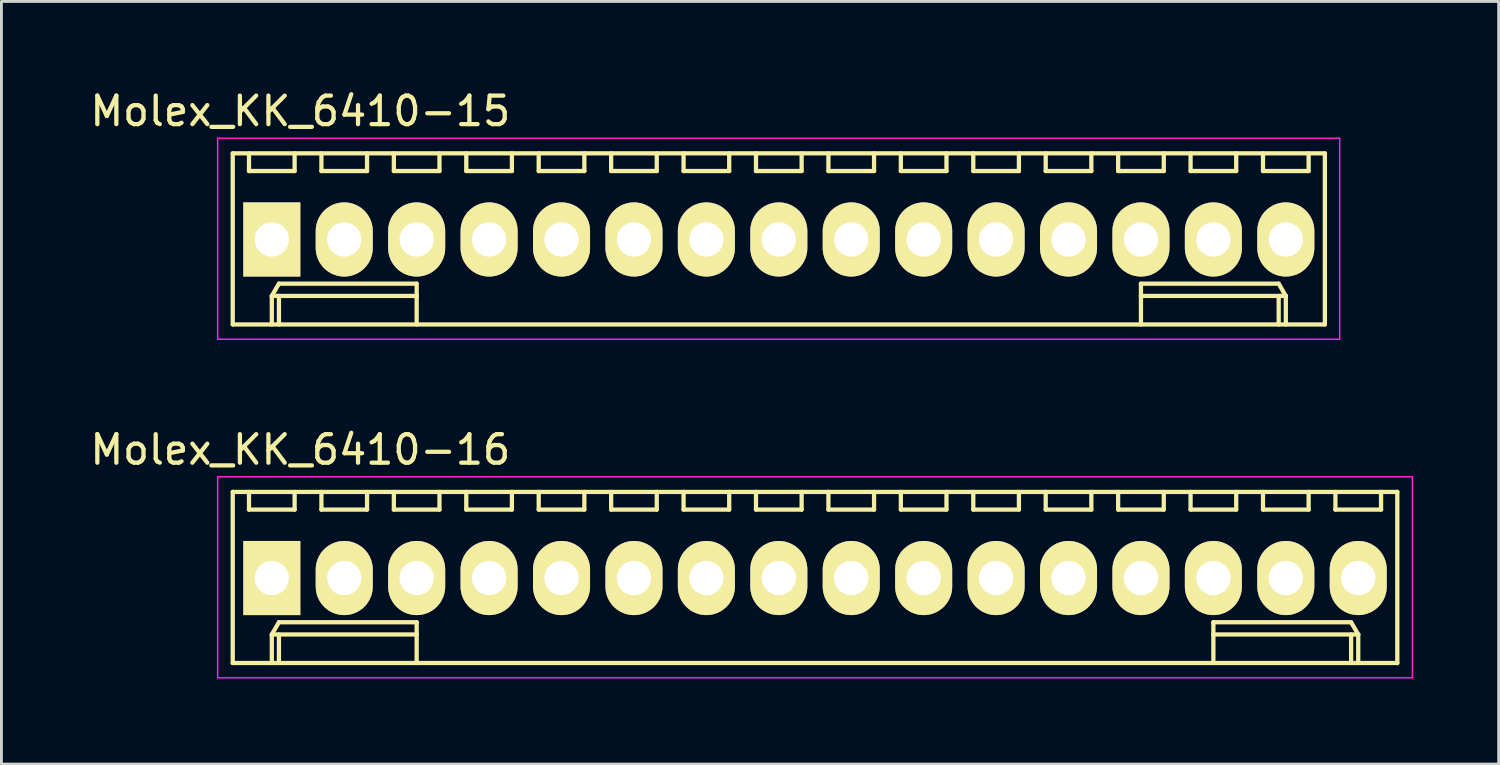
<source format=kicad_pcb>
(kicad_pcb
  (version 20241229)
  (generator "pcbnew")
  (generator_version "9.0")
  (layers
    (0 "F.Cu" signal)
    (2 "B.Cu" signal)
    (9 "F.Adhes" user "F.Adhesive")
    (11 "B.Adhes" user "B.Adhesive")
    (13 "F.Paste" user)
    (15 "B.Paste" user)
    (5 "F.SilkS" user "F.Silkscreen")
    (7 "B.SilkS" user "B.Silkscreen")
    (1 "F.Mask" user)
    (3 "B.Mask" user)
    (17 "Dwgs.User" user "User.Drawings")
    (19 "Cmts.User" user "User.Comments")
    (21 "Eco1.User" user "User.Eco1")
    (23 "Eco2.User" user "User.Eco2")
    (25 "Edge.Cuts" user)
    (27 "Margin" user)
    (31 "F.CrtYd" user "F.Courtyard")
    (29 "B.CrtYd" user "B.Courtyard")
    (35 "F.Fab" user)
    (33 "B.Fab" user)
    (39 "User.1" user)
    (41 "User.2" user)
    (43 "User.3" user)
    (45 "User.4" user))
  (footprint "Molex_KK_6410-15"
    (layer "F.Cu")
    (at 6.482 5.348)
    (property "Reference" "Molex_KK_6410-15" (at 1 -4.5 0) (layer "F.SilkS") (effects (font (size 1 1) (thickness 0.15))))
    (attr through_hole)
    (fp_line (start -1.37 -3.02) (end -1.37 2.98) (stroke (width 0.15) (type solid)) (layer "F.SilkS"))
    (fp_line (start -1.37 2.98) (end 36.93 2.98) (stroke (width 0.15) (type solid)) (layer "F.SilkS"))
    (fp_line (start -0.8 -3.02) (end -0.8 -2.4) (stroke (width 0.15) (type solid)) (layer "F.SilkS"))
    (fp_line (start -0.8 -2.4) (end 0.8 -2.4) (stroke (width 0.15) (type solid)) (layer "F.SilkS"))
    (fp_line (start 0 1.98) (end 0.25 1.55) (stroke (width 0.15) (type solid)) (layer "F.SilkS"))
    (fp_line (start 0 1.98) (end 5.08 1.98) (stroke (width 0.15) (type solid)) (layer "F.SilkS"))
    (fp_line (start 0 2.98) (end 0 1.98) (stroke (width 0.15) (type solid)) (layer "F.SilkS"))
    (fp_line (start 0.25 1.55) (end 5.08 1.55) (stroke (width 0.15) (type solid)) (layer "F.SilkS"))
    (fp_line (start 0.25 2.98) (end 0.25 1.98) (stroke (width 0.15) (type solid)) (layer "F.SilkS"))
    (fp_line (start 0.8 -2.4) (end 0.8 -3.02) (stroke (width 0.15) (type solid)) (layer "F.SilkS"))
    (fp_line (start 1.74 -3.02) (end 1.74 -2.4) (stroke (width 0.15) (type solid)) (layer "F.SilkS"))
    (fp_line (start 1.74 -2.4) (end 3.34 -2.4) (stroke (width 0.15) (type solid)) (layer "F.SilkS"))
    (fp_line (start 3.34 -2.4) (end 3.34 -3.02) (stroke (width 0.15) (type solid)) (layer "F.SilkS"))
    (fp_line (start 4.28 -3.02) (end 4.28 -2.4) (stroke (width 0.15) (type solid)) (layer "F.SilkS"))
    (fp_line (start 4.28 -2.4) (end 5.88 -2.4) (stroke (width 0.15) (type solid)) (layer "F.SilkS"))
    (fp_line (start 5.08 1.55) (end 5.08 1.98) (stroke (width 0.15) (type solid)) (layer "F.SilkS"))
    (fp_line (start 5.08 1.98) (end 5.08 2.98) (stroke (width 0.15) (type solid)) (layer "F.SilkS"))
    (fp_line (start 5.88 -2.4) (end 5.88 -3.02) (stroke (width 0.15) (type solid)) (layer "F.SilkS"))
    (fp_line (start 6.82 -3.02) (end 6.82 -2.4) (stroke (width 0.15) (type solid)) (layer "F.SilkS"))
    (fp_line (start 6.82 -2.4) (end 8.42 -2.4) (stroke (width 0.15) (type solid)) (layer "F.SilkS"))
    (fp_line (start 8.42 -2.4) (end 8.42 -3.02) (stroke (width 0.15) (type solid)) (layer "F.SilkS"))
    (fp_line (start 9.36 -3.02) (end 9.36 -2.4) (stroke (width 0.15) (type solid)) (layer "F.SilkS"))
    (fp_line (start 9.36 -2.4) (end 10.96 -2.4) (stroke (width 0.15) (type solid)) (layer "F.SilkS"))
    (fp_line (start 10.96 -2.4) (end 10.96 -3.02) (stroke (width 0.15) (type solid)) (layer "F.SilkS"))
    (fp_line (start 11.9 -3.02) (end 11.9 -2.4) (stroke (width 0.15) (type solid)) (layer "F.SilkS"))
    (fp_line (start 11.9 -2.4) (end 13.5 -2.4) (stroke (width 0.15) (type solid)) (layer "F.SilkS"))
    (fp_line (start 13.5 -2.4) (end 13.5 -3.02) (stroke (width 0.15) (type solid)) (layer "F.SilkS"))
    (fp_line (start 14.44 -3.02) (end 14.44 -2.4) (stroke (width 0.15) (type solid)) (layer "F.SilkS"))
    (fp_line (start 14.44 -2.4) (end 16.04 -2.4) (stroke (width 0.15) (type solid)) (layer "F.SilkS"))
    (fp_line (start 16.04 -2.4) (end 16.04 -3.02) (stroke (width 0.15) (type solid)) (layer "F.SilkS"))
    (fp_line (start 16.98 -3.02) (end 16.98 -2.4) (stroke (width 0.15) (type solid)) (layer "F.SilkS"))
    (fp_line (start 16.98 -2.4) (end 18.58 -2.4) (stroke (width 0.15) (type solid)) (layer "F.SilkS"))
    (fp_line (start 18.58 -2.4) (end 18.58 -3.02) (stroke (width 0.15) (type solid)) (layer "F.SilkS"))
    (fp_line (start 19.52 -3.02) (end 19.52 -2.4) (stroke (width 0.15) (type solid)) (layer "F.SilkS"))
    (fp_line (start 19.52 -2.4) (end 21.12 -2.4) (stroke (width 0.15) (type solid)) (layer "F.SilkS"))
    (fp_line (start 21.12 -2.4) (end 21.12 -3.02) (stroke (width 0.15) (type solid)) (layer "F.SilkS"))
    (fp_line (start 22.06 -3.02) (end 22.06 -2.4) (stroke (width 0.15) (type solid)) (layer "F.SilkS"))
    (fp_line (start 22.06 -2.4) (end 23.66 -2.4) (stroke (width 0.15) (type solid)) (layer "F.SilkS"))
    (fp_line (start 23.66 -2.4) (end 23.66 -3.02) (stroke (width 0.15) (type solid)) (layer "F.SilkS"))
    (fp_line (start 24.6 -3.02) (end 24.6 -2.4) (stroke (width 0.15) (type solid)) (layer "F.SilkS"))
    (fp_line (start 24.6 -2.4) (end 26.2 -2.4) (stroke (width 0.15) (type solid)) (layer "F.SilkS"))
    (fp_line (start 26.2 -2.4) (end 26.2 -3.02) (stroke (width 0.15) (type solid)) (layer "F.SilkS"))
    (fp_line (start 27.14 -3.02) (end 27.14 -2.4) (stroke (width 0.15) (type solid)) (layer "F.SilkS"))
    (fp_line (start 27.14 -2.4) (end 28.74 -2.4) (stroke (width 0.15) (type solid)) (layer "F.SilkS"))
    (fp_line (start 28.74 -2.4) (end 28.74 -3.02) (stroke (width 0.15) (type solid)) (layer "F.SilkS"))
    (fp_line (start 29.68 -3.02) (end 29.68 -2.4) (stroke (width 0.15) (type solid)) (layer "F.SilkS"))
    (fp_line (start 29.68 -2.4) (end 31.28 -2.4) (stroke (width 0.15) (type solid)) (layer "F.SilkS"))
    (fp_line (start 30.48 1.55) (end 30.48 1.98) (stroke (width 0.15) (type solid)) (layer "F.SilkS"))
    (fp_line (start 30.48 1.98) (end 30.48 2.98) (stroke (width 0.15) (type solid)) (layer "F.SilkS"))
    (fp_line (start 31.28 -2.4) (end 31.28 -3.02) (stroke (width 0.15) (type solid)) (layer "F.SilkS"))
    (fp_line (start 32.22 -3.02) (end 32.22 -2.4) (stroke (width 0.15) (type solid)) (layer "F.SilkS"))
    (fp_line (start 32.22 -2.4) (end 33.82 -2.4) (stroke (width 0.15) (type solid)) (layer "F.SilkS"))
    (fp_line (start 33.82 -2.4) (end 33.82 -3.02) (stroke (width 0.15) (type solid)) (layer "F.SilkS"))
    (fp_line (start 34.76 -3.02) (end 34.76 -2.4) (stroke (width 0.15) (type solid)) (layer "F.SilkS"))
    (fp_line (start 34.76 -2.4) (end 36.36 -2.4) (stroke (width 0.15) (type solid)) (layer "F.SilkS"))
    (fp_line (start 35.31 1.55) (end 30.48 1.55) (stroke (width 0.15) (type solid)) (layer "F.SilkS"))
    (fp_line (start 35.31 2.98) (end 35.31 1.98) (stroke (width 0.15) (type solid)) (layer "F.SilkS"))
    (fp_line (start 35.56 1.98) (end 30.48 1.98) (stroke (width 0.15) (type solid)) (layer "F.SilkS"))
    (fp_line (start 35.56 1.98) (end 35.31 1.55) (stroke (width 0.15) (type solid)) (layer "F.SilkS"))
    (fp_line (start 35.56 2.98) (end 35.56 1.98) (stroke (width 0.15) (type solid)) (layer "F.SilkS"))
    (fp_line (start 36.36 -2.4) (end 36.36 -3.02) (stroke (width 0.15) (type solid)) (layer "F.SilkS"))
    (fp_line (start 36.93 -3.02) (end -1.37 -3.02) (stroke (width 0.15) (type solid)) (layer "F.SilkS"))
    (fp_line (start 36.93 2.98) (end 36.93 -3.02) (stroke (width 0.15) (type solid)) (layer "F.SilkS"))
    (fp_line (start -1.9 -3.55) (end 37.45 -3.55) (stroke (width 0.05) (type solid)) (layer "F.CrtYd"))
    (fp_line (start -1.9 3.5) (end -1.9 -3.55) (stroke (width 0.05) (type solid)) (layer "F.CrtYd"))
    (fp_line (start 37.45 -3.55) (end 37.45 3.5) (stroke (width 0.05) (type solid)) (layer "F.CrtYd"))
    (fp_line (start 37.45 3.5) (end -1.9 3.5) (stroke (width 0.05) (type solid)) (layer "F.CrtYd"))
    (pad "1" thru_hole rect (at 0 0) (size 2 2.6) (drill 1.2) (layers "*.Cu" "*.Mask" "F.SilkS"))
    (pad "2" thru_hole oval (at 2.54 0) (size 2 2.6) (drill 1.2) (layers "*.Cu" "*.Mask" "F.SilkS"))
    (pad "3" thru_hole oval (at 5.08 0) (size 2 2.6) (drill 1.2) (layers "*.Cu" "*.Mask" "F.SilkS"))
    (pad "4" thru_hole oval (at 7.62 0) (size 2 2.6) (drill 1.2) (layers "*.Cu" "*.Mask" "F.SilkS"))
    (pad "5" thru_hole oval (at 10.16 0) (size 2 2.6) (drill 1.2) (layers "*.Cu" "*.Mask" "F.SilkS"))
    (pad "6" thru_hole oval (at 12.7 0) (size 2 2.6) (drill 1.2) (layers "*.Cu" "*.Mask" "F.SilkS"))
    (pad "7" thru_hole oval (at 15.24 0) (size 2 2.6) (drill 1.2) (layers "*.Cu" "*.Mask" "F.SilkS"))
    (pad "8" thru_hole oval (at 17.78 0) (size 2 2.6) (drill 1.2) (layers "*.Cu" "*.Mask" "F.SilkS"))
    (pad "9" thru_hole oval (at 20.32 0) (size 2 2.6) (drill 1.2) (layers "*.Cu" "*.Mask" "F.SilkS"))
    (pad "10" thru_hole oval (at 22.86 0) (size 2 2.6) (drill 1.2) (layers "*.Cu" "*.Mask" "F.SilkS"))
    (pad "11" thru_hole oval (at 25.4 0) (size 2 2.6) (drill 1.2) (layers "*.Cu" "*.Mask" "F.SilkS"))
    (pad "12" thru_hole oval (at 27.94 0) (size 2 2.6) (drill 1.2) (layers "*.Cu" "*.Mask" "F.SilkS"))
    (pad "13" thru_hole oval (at 30.48 0) (size 2 2.6) (drill 1.2) (layers "*.Cu" "*.Mask" "F.SilkS"))
    (pad "14" thru_hole oval (at 33.02 0) (size 2 2.6) (drill 1.2) (layers "*.Cu" "*.Mask" "F.SilkS"))
    (pad "15" thru_hole oval (at 35.56 0) (size 2 2.6) (drill 1.2) (layers "*.Cu" "*.Mask" "F.SilkS")))
  (footprint "Molex_KK_6410-16"
    (layer "F.Cu")
    (at 6.482 17.221)
    (property "Reference" "Molex_KK_6410-16" (at 1 -4.5 0) (layer "F.SilkS") (effects (font (size 1 1) (thickness 0.15))))
    (attr through_hole)
    (fp_line (start -1.37 -3.02) (end -1.37 2.98) (stroke (width 0.15) (type solid)) (layer "F.SilkS"))
    (fp_line (start -1.37 2.98) (end 39.47 2.98) (stroke (width 0.15) (type solid)) (layer "F.SilkS"))
    (fp_line (start -0.8 -3.02) (end -0.8 -2.4) (stroke (width 0.15) (type solid)) (layer "F.SilkS"))
    (fp_line (start -0.8 -2.4) (end 0.8 -2.4) (stroke (width 0.15) (type solid)) (layer "F.SilkS"))
    (fp_line (start 0 1.98) (end 0.25 1.55) (stroke (width 0.15) (type solid)) (layer "F.SilkS"))
    (fp_line (start 0 1.98) (end 5.08 1.98) (stroke (width 0.15) (type solid)) (layer "F.SilkS"))
    (fp_line (start 0 2.98) (end 0 1.98) (stroke (width 0.15) (type solid)) (layer "F.SilkS"))
    (fp_line (start 0.25 1.55) (end 5.08 1.55) (stroke (width 0.15) (type solid)) (layer "F.SilkS"))
    (fp_line (start 0.25 2.98) (end 0.25 1.98) (stroke (width 0.15) (type solid)) (layer "F.SilkS"))
    (fp_line (start 0.8 -2.4) (end 0.8 -3.02) (stroke (width 0.15) (type solid)) (layer "F.SilkS"))
    (fp_line (start 1.74 -3.02) (end 1.74 -2.4) (stroke (width 0.15) (type solid)) (layer "F.SilkS"))
    (fp_line (start 1.74 -2.4) (end 3.34 -2.4) (stroke (width 0.15) (type solid)) (layer "F.SilkS"))
    (fp_line (start 3.34 -2.4) (end 3.34 -3.02) (stroke (width 0.15) (type solid)) (layer "F.SilkS"))
    (fp_line (start 4.28 -3.02) (end 4.28 -2.4) (stroke (width 0.15) (type solid)) (layer "F.SilkS"))
    (fp_line (start 4.28 -2.4) (end 5.88 -2.4) (stroke (width 0.15) (type solid)) (layer "F.SilkS"))
    (fp_line (start 5.08 1.55) (end 5.08 1.98) (stroke (width 0.15) (type solid)) (layer "F.SilkS"))
    (fp_line (start 5.08 1.98) (end 5.08 2.98) (stroke (width 0.15) (type solid)) (layer "F.SilkS"))
    (fp_line (start 5.88 -2.4) (end 5.88 -3.02) (stroke (width 0.15) (type solid)) (layer "F.SilkS"))
    (fp_line (start 6.82 -3.02) (end 6.82 -2.4) (stroke (width 0.15) (type solid)) (layer "F.SilkS"))
    (fp_line (start 6.82 -2.4) (end 8.42 -2.4) (stroke (width 0.15) (type solid)) (layer "F.SilkS"))
    (fp_line (start 8.42 -2.4) (end 8.42 -3.02) (stroke (width 0.15) (type solid)) (layer "F.SilkS"))
    (fp_line (start 9.36 -3.02) (end 9.36 -2.4) (stroke (width 0.15) (type solid)) (layer "F.SilkS"))
    (fp_line (start 9.36 -2.4) (end 10.96 -2.4) (stroke (width 0.15) (type solid)) (layer "F.SilkS"))
    (fp_line (start 10.96 -2.4) (end 10.96 -3.02) (stroke (width 0.15) (type solid)) (layer "F.SilkS"))
    (fp_line (start 11.9 -3.02) (end 11.9 -2.4) (stroke (width 0.15) (type solid)) (layer "F.SilkS"))
    (fp_line (start 11.9 -2.4) (end 13.5 -2.4) (stroke (width 0.15) (type solid)) (layer "F.SilkS"))
    (fp_line (start 13.5 -2.4) (end 13.5 -3.02) (stroke (width 0.15) (type solid)) (layer "F.SilkS"))
    (fp_line (start 14.44 -3.02) (end 14.44 -2.4) (stroke (width 0.15) (type solid)) (layer "F.SilkS"))
    (fp_line (start 14.44 -2.4) (end 16.04 -2.4) (stroke (width 0.15) (type solid)) (layer "F.SilkS"))
    (fp_line (start 16.04 -2.4) (end 16.04 -3.02) (stroke (width 0.15) (type solid)) (layer "F.SilkS"))
    (fp_line (start 16.98 -3.02) (end 16.98 -2.4) (stroke (width 0.15) (type solid)) (layer "F.SilkS"))
    (fp_line (start 16.98 -2.4) (end 18.58 -2.4) (stroke (width 0.15) (type solid)) (layer "F.SilkS"))
    (fp_line (start 18.58 -2.4) (end 18.58 -3.02) (stroke (width 0.15) (type solid)) (layer "F.SilkS"))
    (fp_line (start 19.52 -3.02) (end 19.52 -2.4) (stroke (width 0.15) (type solid)) (layer "F.SilkS"))
    (fp_line (start 19.52 -2.4) (end 21.12 -2.4) (stroke (width 0.15) (type solid)) (layer "F.SilkS"))
    (fp_line (start 21.12 -2.4) (end 21.12 -3.02) (stroke (width 0.15) (type solid)) (layer "F.SilkS"))
    (fp_line (start 22.06 -3.02) (end 22.06 -2.4) (stroke (width 0.15) (type solid)) (layer "F.SilkS"))
    (fp_line (start 22.06 -2.4) (end 23.66 -2.4) (stroke (width 0.15) (type solid)) (layer "F.SilkS"))
    (fp_line (start 23.66 -2.4) (end 23.66 -3.02) (stroke (width 0.15) (type solid)) (layer "F.SilkS"))
    (fp_line (start 24.6 -3.02) (end 24.6 -2.4) (stroke (width 0.15) (type solid)) (layer "F.SilkS"))
    (fp_line (start 24.6 -2.4) (end 26.2 -2.4) (stroke (width 0.15) (type solid)) (layer "F.SilkS"))
    (fp_line (start 26.2 -2.4) (end 26.2 -3.02) (stroke (width 0.15) (type solid)) (layer "F.SilkS"))
    (fp_line (start 27.14 -3.02) (end 27.14 -2.4) (stroke (width 0.15) (type solid)) (layer "F.SilkS"))
    (fp_line (start 27.14 -2.4) (end 28.74 -2.4) (stroke (width 0.15) (type solid)) (layer "F.SilkS"))
    (fp_line (start 28.74 -2.4) (end 28.74 -3.02) (stroke (width 0.15) (type solid)) (layer "F.SilkS"))
    (fp_line (start 29.68 -3.02) (end 29.68 -2.4) (stroke (width 0.15) (type solid)) (layer "F.SilkS"))
    (fp_line (start 29.68 -2.4) (end 31.28 -2.4) (stroke (width 0.15) (type solid)) (layer "F.SilkS"))
    (fp_line (start 31.28 -2.4) (end 31.28 -3.02) (stroke (width 0.15) (type solid)) (layer "F.SilkS"))
    (fp_line (start 32.22 -3.02) (end 32.22 -2.4) (stroke (width 0.15) (type solid)) (layer "F.SilkS"))
    (fp_line (start 32.22 -2.4) (end 33.82 -2.4) (stroke (width 0.15) (type solid)) (layer "F.SilkS"))
    (fp_line (start 33.02 1.55) (end 33.02 1.98) (stroke (width 0.15) (type solid)) (layer "F.SilkS"))
    (fp_line (start 33.02 1.98) (end 33.02 2.98) (stroke (width 0.15) (type solid)) (layer "F.SilkS"))
    (fp_line (start 33.82 -2.4) (end 33.82 -3.02) (stroke (width 0.15) (type solid)) (layer "F.SilkS"))
    (fp_line (start 34.76 -3.02) (end 34.76 -2.4) (stroke (width 0.15) (type solid)) (layer "F.SilkS"))
    (fp_line (start 34.76 -2.4) (end 36.36 -2.4) (stroke (width 0.15) (type solid)) (layer "F.SilkS"))
    (fp_line (start 36.36 -2.4) (end 36.36 -3.02) (stroke (width 0.15) (type solid)) (layer "F.SilkS"))
    (fp_line (start 37.3 -3.02) (end 37.3 -2.4) (stroke (width 0.15) (type solid)) (layer "F.SilkS"))
    (fp_line (start 37.3 -2.4) (end 38.9 -2.4) (stroke (width 0.15) (type solid)) (layer "F.SilkS"))
    (fp_line (start 37.85 1.55) (end 33.02 1.55) (stroke (width 0.15) (type solid)) (layer "F.SilkS"))
    (fp_line (start 37.85 2.98) (end 37.85 1.98) (stroke (width 0.15) (type solid)) (layer "F.SilkS"))
    (fp_line (start 38.1 1.98) (end 33.02 1.98) (stroke (width 0.15) (type solid)) (layer "F.SilkS"))
    (fp_line (start 38.1 1.98) (end 37.85 1.55) (stroke (width 0.15) (type solid)) (layer "F.SilkS"))
    (fp_line (start 38.1 2.98) (end 38.1 1.98) (stroke (width 0.15) (type solid)) (layer "F.SilkS"))
    (fp_line (start 38.9 -2.4) (end 38.9 -3.02) (stroke (width 0.15) (type solid)) (layer "F.SilkS"))
    (fp_line (start 39.47 -3.02) (end -1.37 -3.02) (stroke (width 0.15) (type solid)) (layer "F.SilkS"))
    (fp_line (start 39.47 2.98) (end 39.47 -3.02) (stroke (width 0.15) (type solid)) (layer "F.SilkS"))
    (fp_line (start -1.9 -3.55) (end 40 -3.55) (stroke (width 0.05) (type solid)) (layer "F.CrtYd"))
    (fp_line (start -1.9 3.5) (end -1.9 -3.55) (stroke (width 0.05) (type solid)) (layer "F.CrtYd"))
    (fp_line (start 40 -3.55) (end 40 3.5) (stroke (width 0.05) (type solid)) (layer "F.CrtYd"))
    (fp_line (start 40 3.5) (end -1.9 3.5) (stroke (width 0.05) (type solid)) (layer "F.CrtYd"))
    (pad "1" thru_hole rect (at 0 0) (size 2 2.6) (drill 1.2) (layers "*.Cu" "*.Mask" "F.SilkS"))
    (pad "2" thru_hole oval (at 2.54 0) (size 2 2.6) (drill 1.2) (layers "*.Cu" "*.Mask" "F.SilkS"))
    (pad "3" thru_hole oval (at 5.08 0) (size 2 2.6) (drill 1.2) (layers "*.Cu" "*.Mask" "F.SilkS"))
    (pad "4" thru_hole oval (at 7.62 0) (size 2 2.6) (drill 1.2) (layers "*.Cu" "*.Mask" "F.SilkS"))
    (pad "5" thru_hole oval (at 10.16 0) (size 2 2.6) (drill 1.2) (layers "*.Cu" "*.Mask" "F.SilkS"))
    (pad "6" thru_hole oval (at 12.7 0) (size 2 2.6) (drill 1.2) (layers "*.Cu" "*.Mask" "F.SilkS"))
    (pad "7" thru_hole oval (at 15.24 0) (size 2 2.6) (drill 1.2) (layers "*.Cu" "*.Mask" "F.SilkS"))
    (pad "8" thru_hole oval (at 17.78 0) (size 2 2.6) (drill 1.2) (layers "*.Cu" "*.Mask" "F.SilkS"))
    (pad "9" thru_hole oval (at 20.32 0) (size 2 2.6) (drill 1.2) (layers "*.Cu" "*.Mask" "F.SilkS"))
    (pad "10" thru_hole oval (at 22.86 0) (size 2 2.6) (drill 1.2) (layers "*.Cu" "*.Mask" "F.SilkS"))
    (pad "11" thru_hole oval (at 25.4 0) (size 2 2.6) (drill 1.2) (layers "*.Cu" "*.Mask" "F.SilkS"))
    (pad "12" thru_hole oval (at 27.94 0) (size 2 2.6) (drill 1.2) (layers "*.Cu" "*.Mask" "F.SilkS"))
    (pad "13" thru_hole oval (at 30.48 0) (size 2 2.6) (drill 1.2) (layers "*.Cu" "*.Mask" "F.SilkS"))
    (pad "14" thru_hole oval (at 33.02 0) (size 2 2.6) (drill 1.2) (layers "*.Cu" "*.Mask" "F.SilkS"))
    (pad "15" thru_hole oval (at 35.56 0) (size 2 2.6) (drill 1.2) (layers "*.Cu" "*.Mask" "F.SilkS"))
    (pad "16" thru_hole oval (at 38.1 0) (size 2 2.6) (drill 1.2) (layers "*.Cu" "*.Mask" "F.SilkS")))
  (gr_rect
    (start -3 -3)
    (end 49.507 23.747)
    (stroke (width 0.1) (type default))
    (fill no)
    (layer "Edge.Cuts")))
</source>
